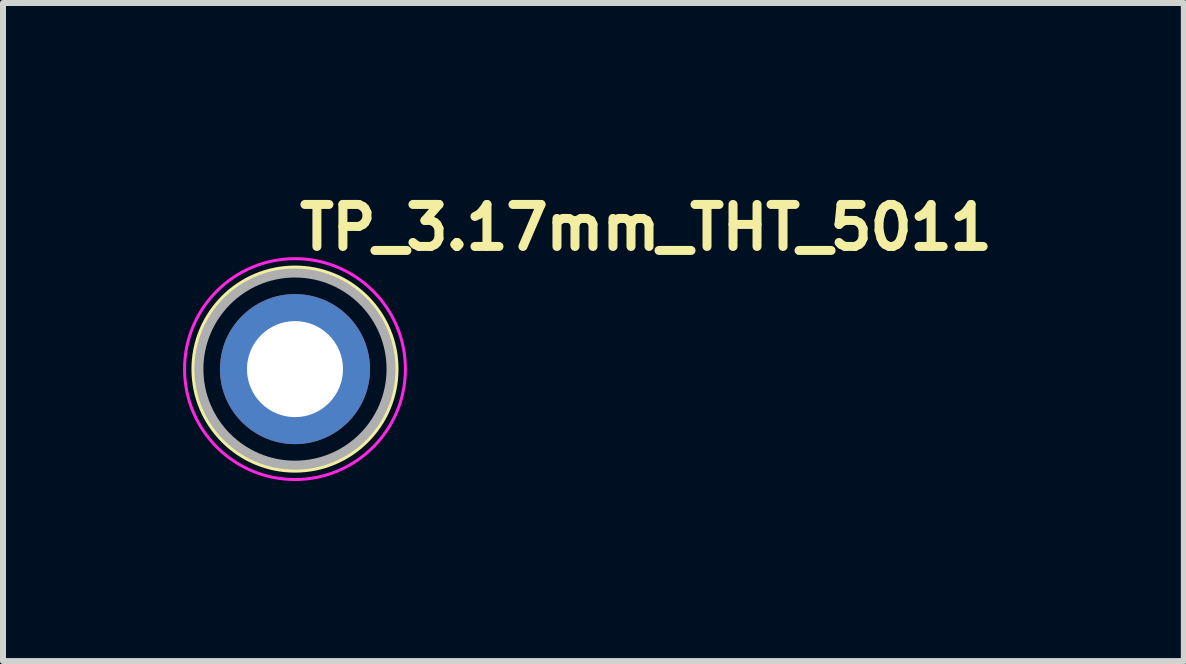
<source format=kicad_pcb>
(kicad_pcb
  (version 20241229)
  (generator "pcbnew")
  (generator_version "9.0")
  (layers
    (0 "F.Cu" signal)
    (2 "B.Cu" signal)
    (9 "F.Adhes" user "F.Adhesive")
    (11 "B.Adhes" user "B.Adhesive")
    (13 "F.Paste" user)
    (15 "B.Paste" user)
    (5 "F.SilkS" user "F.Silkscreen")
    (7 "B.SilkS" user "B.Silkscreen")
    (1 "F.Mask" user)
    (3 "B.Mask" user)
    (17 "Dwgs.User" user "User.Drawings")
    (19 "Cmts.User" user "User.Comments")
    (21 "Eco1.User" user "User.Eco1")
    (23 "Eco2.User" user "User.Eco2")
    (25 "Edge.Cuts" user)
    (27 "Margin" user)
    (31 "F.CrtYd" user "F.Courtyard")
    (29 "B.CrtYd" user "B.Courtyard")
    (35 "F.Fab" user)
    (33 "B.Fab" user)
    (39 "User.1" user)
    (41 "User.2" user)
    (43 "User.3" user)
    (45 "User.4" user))
  (footprint "TP_3.17mm_THT_5011"
    (layer "F.Cu")
    (at 1.865 3.1)
    (property "Reference" "TP_3.17mm_THT_5011" (at 0 -1.95 0) (layer "F.SilkS") (effects (font (size 0.7 0.7) (thickness 0.15)) (justify left bottom)))
    (attr through_hole exclude_from_pos_files)
    (fp_circle (center 0 0) (end 1.65 0) (stroke (width 0.15) (type solid)) (fill no) (layer "F.SilkS"))
    (fp_circle (center 0 0) (end 1.84 0) (stroke (width 0.05) (type solid)) (fill no) (layer "F.CrtYd"))
    (fp_circle (center 0 0) (end 1.6 -0.05) (stroke (width 0.15) (type solid)) (fill no) (layer "F.Fab"))
    (fp_rect (start -1.587 -1.587) (end 1.587 1.587) (stroke (width 0.1) (type solid)) (fill no) (layer "User.5"))
    (fp_line (start -1.587 0) (end -1.584 0.102) (stroke (width 0.02) (type solid)) (layer "User.9"))
    (fp_line (start -1.584 -0.102) (end -1.587 0) (stroke (width 0.02) (type solid)) (layer "User.9"))
    (fp_line (start -1.584 0.102) (end -1.574 0.205) (stroke (width 0.02) (type solid)) (layer "User.9"))
    (fp_line (start -1.574 -0.205) (end -1.584 -0.102) (stroke (width 0.02) (type solid)) (layer "User.9"))
    (fp_line (start -1.574 0.205) (end -1.557 0.306) (stroke (width 0.02) (type solid)) (layer "User.9"))
    (fp_line (start -1.557 -0.306) (end -1.574 -0.205) (stroke (width 0.02) (type solid)) (layer "User.9"))
    (fp_line (start -1.557 0.306) (end -1.534 0.407) (stroke (width 0.02) (type solid)) (layer "User.9"))
    (fp_line (start -1.534 -0.407) (end -1.557 -0.306) (stroke (width 0.02) (type solid)) (layer "User.9"))
    (fp_line (start -1.534 0.407) (end -1.504 0.506) (stroke (width 0.02) (type solid)) (layer "User.9"))
    (fp_line (start -1.504 -0.506) (end -1.534 -0.407) (stroke (width 0.02) (type solid)) (layer "User.9"))
    (fp_line (start -1.504 0.506) (end -1.467 0.604) (stroke (width 0.02) (type solid)) (layer "User.9"))
    (fp_line (start -1.467 -0.604) (end -1.504 -0.506) (stroke (width 0.02) (type solid)) (layer "User.9"))
    (fp_line (start -1.467 0.604) (end -1.424 0.7) (stroke (width 0.02) (type solid)) (layer "User.9"))
    (fp_line (start -1.424 -0.7) (end -1.467 -0.604) (stroke (width 0.02) (type solid)) (layer "User.9"))
    (fp_line (start -1.424 0.7) (end -1.374 0.793) (stroke (width 0.02) (type solid)) (layer "User.9"))
    (fp_line (start -1.374 -0.793) (end -1.424 -0.7) (stroke (width 0.02) (type solid)) (layer "User.9"))
    (fp_line (start -1.374 -0.793) (end -1.374 -0.793) (stroke (width 0.02) (type solid)) (layer "User.9"))
    (fp_line (start -1.374 0.793) (end -1.374 0.793) (stroke (width 0.02) (type solid)) (layer "User.9"))
    (fp_line (start -1.374 0.793) (end -1.347 0.839) (stroke (width 0.02) (type solid)) (layer "User.9"))
    (fp_line (start -1.347 0.839) (end -1.318 0.883) (stroke (width 0.02) (type solid)) (layer "User.9"))
    (fp_line (start -1.318 -0.883) (end -1.374 -0.793) (stroke (width 0.02) (type solid)) (layer "User.9"))
    (fp_line (start -1.318 0.883) (end -1.288 0.926) (stroke (width 0.02) (type solid)) (layer "User.9"))
    (fp_line (start -1.288 0.926) (end -1.257 0.968) (stroke (width 0.02) (type solid)) (layer "User.9"))
    (fp_line (start -1.269 -0.406) (end -1.269 0.406) (stroke (width 0.02) (type solid)) (layer "User.9"))
    (fp_line (start -1.269 -0.406) (end -1.238 -0.406) (stroke (width 0.02) (type solid)) (layer "User.9"))
    (fp_line (start -1.269 0.406) (end -1.238 0.406) (stroke (width 0.02) (type solid)) (layer "User.9"))
    (fp_line (start -1.257 -0.968) (end -1.318 -0.883) (stroke (width 0.02) (type solid)) (layer "User.9"))
    (fp_line (start -1.257 0.968) (end -1.225 1.009) (stroke (width 0.02) (type solid)) (layer "User.9"))
    (fp_line (start -1.238 -0.406) (end -1.238 -0.406) (stroke (width 0.02) (type solid)) (layer "User.9"))
    (fp_line (start -1.238 -0.406) (end -1.144 -0.406) (stroke (width 0.02) (type solid)) (layer "User.9"))
    (fp_line (start -1.238 0.406) (end -1.238 0.406) (stroke (width 0.02) (type solid)) (layer "User.9"))
    (fp_line (start -1.238 0.406) (end -1.144 0.406) (stroke (width 0.02) (type solid)) (layer "User.9"))
    (fp_line (start -1.225 1.009) (end -1.191 1.049) (stroke (width 0.02) (type solid)) (layer "User.9"))
    (fp_line (start -1.191 -1.049) (end -1.257 -0.968) (stroke (width 0.02) (type solid)) (layer "User.9"))
    (fp_line (start -1.191 1.049) (end -1.156 1.087) (stroke (width 0.02) (type solid)) (layer "User.9"))
    (fp_line (start -1.156 1.087) (end -1.12 1.124) (stroke (width 0.02) (type solid)) (layer "User.9"))
    (fp_line (start -1.144 -0.406) (end -1.144 -0.406) (stroke (width 0.02) (type solid)) (layer "User.9"))
    (fp_line (start -1.144 -0.406) (end -0.992 -0.406) (stroke (width 0.02) (type solid)) (layer "User.9"))
    (fp_line (start -1.144 0.406) (end -1.144 0.406) (stroke (width 0.02) (type solid)) (layer "User.9"))
    (fp_line (start -1.144 0.406) (end -0.992 0.406) (stroke (width 0.02) (type solid)) (layer "User.9"))
    (fp_line (start -1.12 -1.124) (end -1.191 -1.049) (stroke (width 0.02) (type solid)) (layer "User.9"))
    (fp_line (start -1.12 1.124) (end -1.082 1.16) (stroke (width 0.02) (type solid)) (layer "User.9"))
    (fp_line (start -1.082 1.16) (end -1.044 1.195) (stroke (width 0.02) (type solid)) (layer "User.9"))
    (fp_line (start -1.044 -1.195) (end -1.12 -1.124) (stroke (width 0.02) (type solid)) (layer "User.9"))
    (fp_line (start -1.044 1.195) (end -1.005 1.228) (stroke (width 0.02) (type solid)) (layer "User.9"))
    (fp_line (start -1.005 1.228) (end -0.964 1.26) (stroke (width 0.02) (type solid)) (layer "User.9"))
    (fp_line (start -0.992 -0.406) (end -0.992 -0.406) (stroke (width 0.02) (type solid)) (layer "User.9"))
    (fp_line (start -0.992 -0.406) (end -0.791 -0.406) (stroke (width 0.02) (type solid)) (layer "User.9"))
    (fp_line (start -0.992 0.406) (end -0.992 0.406) (stroke (width 0.02) (type solid)) (layer "User.9"))
    (fp_line (start -0.992 0.406) (end -0.791 0.406) (stroke (width 0.02) (type solid)) (layer "User.9"))
    (fp_line (start -0.964 -1.26) (end -1.044 -1.195) (stroke (width 0.02) (type solid)) (layer "User.9"))
    (fp_line (start -0.964 1.26) (end -0.923 1.291) (stroke (width 0.02) (type solid)) (layer "User.9"))
    (fp_line (start -0.923 1.291) (end -0.881 1.32) (stroke (width 0.02) (type solid)) (layer "User.9"))
    (fp_line (start -0.881 -1.32) (end -0.964 -1.26) (stroke (width 0.02) (type solid)) (layer "User.9"))
    (fp_line (start -0.881 1.32) (end -0.837 1.348) (stroke (width 0.02) (type solid)) (layer "User.9"))
    (fp_line (start -0.837 1.348) (end -0.793 1.374) (stroke (width 0.02) (type solid)) (layer "User.9"))
    (fp_line (start -0.793 -1.374) (end -0.881 -1.32) (stroke (width 0.02) (type solid)) (layer "User.9"))
    (fp_line (start -0.793 1.374) (end -0.748 1.399) (stroke (width 0.02) (type solid)) (layer "User.9"))
    (fp_line (start -0.791 -0.406) (end -0.791 -0.406) (stroke (width 0.02) (type solid)) (layer "User.9"))
    (fp_line (start -0.791 -0.406) (end -0.551 -0.406) (stroke (width 0.02) (type solid)) (layer "User.9"))
    (fp_line (start -0.791 0.406) (end -0.791 0.406) (stroke (width 0.02) (type solid)) (layer "User.9"))
    (fp_line (start -0.791 0.406) (end -0.551 0.406) (stroke (width 0.02) (type solid)) (layer "User.9"))
    (fp_line (start -0.748 1.399) (end -0.703 1.423) (stroke (width 0.02) (type solid)) (layer "User.9"))
    (fp_line (start -0.703 -1.423) (end -0.793 -1.374) (stroke (width 0.02) (type solid)) (layer "User.9"))
    (fp_line (start -0.703 1.423) (end -0.656 1.445) (stroke (width 0.02) (type solid)) (layer "User.9"))
    (fp_line (start -0.656 1.445) (end -0.609 1.465) (stroke (width 0.02) (type solid)) (layer "User.9"))
    (fp_line (start -0.609 -1.465) (end -0.703 -1.423) (stroke (width 0.02) (type solid)) (layer "User.9"))
    (fp_line (start -0.609 1.465) (end -0.561 1.484) (stroke (width 0.02) (type solid)) (layer "User.9"))
    (fp_line (start -0.561 1.484) (end -0.513 1.502) (stroke (width 0.02) (type solid)) (layer "User.9"))
    (fp_line (start -0.551 -0.406) (end -0.551 -0.406) (stroke (width 0.02) (type solid)) (layer "User.9"))
    (fp_line (start -0.551 -0.406) (end -0.282 -0.406) (stroke (width 0.02) (type solid)) (layer "User.9"))
    (fp_line (start -0.551 0.406) (end -0.551 0.406) (stroke (width 0.02) (type solid)) (layer "User.9"))
    (fp_line (start -0.551 0.406) (end -0.282 0.406) (stroke (width 0.02) (type solid)) (layer "User.9"))
    (fp_line (start -0.513 -1.502) (end -0.609 -1.465) (stroke (width 0.02) (type solid)) (layer "User.9"))
    (fp_line (start -0.513 1.502) (end -0.463 1.518) (stroke (width 0.02) (type solid)) (layer "User.9"))
    (fp_line (start -0.463 1.518) (end -0.414 1.532) (stroke (width 0.02) (type solid)) (layer "User.9"))
    (fp_line (start -0.414 -1.532) (end -0.513 -1.502) (stroke (width 0.02) (type solid)) (layer "User.9"))
    (fp_line (start -0.414 1.532) (end -0.363 1.545) (stroke (width 0.02) (type solid)) (layer "User.9"))
    (fp_line (start -0.363 1.545) (end -0.313 1.556) (stroke (width 0.02) (type solid)) (layer "User.9"))
    (fp_line (start -0.313 -1.556) (end -0.414 -1.532) (stroke (width 0.02) (type solid)) (layer "User.9"))
    (fp_line (start -0.313 1.556) (end -0.261 1.565) (stroke (width 0.02) (type solid)) (layer "User.9"))
    (fp_line (start -0.282 -0.406) (end -0.282 -0.406) (stroke (width 0.02) (type solid)) (layer "User.9"))
    (fp_line (start -0.282 -0.406) (end 0 -0.406) (stroke (width 0.02) (type solid)) (layer "User.9"))
    (fp_line (start -0.282 0.406) (end -0.282 0.406) (stroke (width 0.02) (type solid)) (layer "User.9"))
    (fp_line (start -0.282 0.406) (end 0 0.406) (stroke (width 0.02) (type solid)) (layer "User.9"))
    (fp_line (start -0.261 1.565) (end -0.21 1.573) (stroke (width 0.02) (type solid)) (layer "User.9"))
    (fp_line (start -0.21 -1.573) (end -0.313 -1.556) (stroke (width 0.02) (type solid)) (layer "User.9"))
    (fp_line (start -0.21 1.573) (end -0.158 1.579) (stroke (width 0.02) (type solid)) (layer "User.9"))
    (fp_line (start -0.158 1.579) (end -0.105 1.583) (stroke (width 0.02) (type solid)) (layer "User.9"))
    (fp_line (start -0.105 -1.583) (end -0.21 -1.573) (stroke (width 0.02) (type solid)) (layer "User.9"))
    (fp_line (start -0.105 1.583) (end -0.053 1.586) (stroke (width 0.02) (type solid)) (layer "User.9"))
    (fp_line (start -0.053 1.586) (end 0 1.587) (stroke (width 0.02) (type solid)) (layer "User.9"))
    (fp_line (start 0 -1.587) (end -0.105 -1.583) (stroke (width 0.02) (type solid)) (layer "User.9"))
    (fp_line (start 0 -0.406) (end 0 -0.406) (stroke (width 0.02) (type solid)) (layer "User.9"))
    (fp_line (start 0 -0.406) (end 0.282 -0.406) (stroke (width 0.02) (type solid)) (layer "User.9"))
    (fp_line (start 0 0.406) (end 0 0.406) (stroke (width 0.02) (type solid)) (layer "User.9"))
    (fp_line (start 0 0.406) (end 0.282 0.406) (stroke (width 0.02) (type solid)) (layer "User.9"))
    (fp_line (start 0 1.587) (end 0.105 1.583) (stroke (width 0.02) (type solid)) (layer "User.9"))
    (fp_line (start 0.053 -1.586) (end 0 -1.587) (stroke (width 0.02) (type solid)) (layer "User.9"))
    (fp_line (start 0.105 -1.583) (end 0.053 -1.586) (stroke (width 0.02) (type solid)) (layer "User.9"))
    (fp_line (start 0.105 1.583) (end 0.21 1.573) (stroke (width 0.02) (type solid)) (layer "User.9"))
    (fp_line (start 0.158 -1.579) (end 0.105 -1.583) (stroke (width 0.02) (type solid)) (layer "User.9"))
    (fp_line (start 0.21 -1.573) (end 0.158 -1.579) (stroke (width 0.02) (type solid)) (layer "User.9"))
    (fp_line (start 0.21 1.573) (end 0.313 1.556) (stroke (width 0.02) (type solid)) (layer "User.9"))
    (fp_line (start 0.261 -1.565) (end 0.21 -1.573) (stroke (width 0.02) (type solid)) (layer "User.9"))
    (fp_line (start 0.282 -0.406) (end 0.282 -0.406) (stroke (width 0.02) (type solid)) (layer "User.9"))
    (fp_line (start 0.282 -0.406) (end 0.551 -0.406) (stroke (width 0.02) (type solid)) (layer "User.9"))
    (fp_line (start 0.282 0.406) (end 0.282 0.406) (stroke (width 0.02) (type solid)) (layer "User.9"))
    (fp_line (start 0.282 0.406) (end 0.551 0.406) (stroke (width 0.02) (type solid)) (layer "User.9"))
    (fp_line (start 0.313 -1.556) (end 0.261 -1.565) (stroke (width 0.02) (type solid)) (layer "User.9"))
    (fp_line (start 0.313 1.556) (end 0.414 1.532) (stroke (width 0.02) (type solid)) (layer "User.9"))
    (fp_line (start 0.363 -1.545) (end 0.313 -1.556) (stroke (width 0.02) (type solid)) (layer "User.9"))
    (fp_line (start 0.414 -1.532) (end 0.363 -1.545) (stroke (width 0.02) (type solid)) (layer "User.9"))
    (fp_line (start 0.414 1.532) (end 0.513 1.502) (stroke (width 0.02) (type solid)) (layer "User.9"))
    (fp_line (start 0.463 -1.518) (end 0.414 -1.532) (stroke (width 0.02) (type solid)) (layer "User.9"))
    (fp_line (start 0.513 -1.502) (end 0.463 -1.518) (stroke (width 0.02) (type solid)) (layer "User.9"))
    (fp_line (start 0.513 1.502) (end 0.609 1.465) (stroke (width 0.02) (type solid)) (layer "User.9"))
    (fp_line (start 0.551 -0.406) (end 0.551 -0.406) (stroke (width 0.02) (type solid)) (layer "User.9"))
    (fp_line (start 0.551 -0.406) (end 0.791 -0.406) (stroke (width 0.02) (type solid)) (layer "User.9"))
    (fp_line (start 0.551 0.406) (end 0.551 0.406) (stroke (width 0.02) (type solid)) (layer "User.9"))
    (fp_line (start 0.551 0.406) (end 0.791 0.406) (stroke (width 0.02) (type solid)) (layer "User.9"))
    (fp_line (start 0.561 -1.484) (end 0.513 -1.502) (stroke (width 0.02) (type solid)) (layer "User.9"))
    (fp_line (start 0.609 -1.465) (end 0.561 -1.484) (stroke (width 0.02) (type solid)) (layer "User.9"))
    (fp_line (start 0.609 1.465) (end 0.703 1.423) (stroke (width 0.02) (type solid)) (layer "User.9"))
    (fp_line (start 0.656 -1.445) (end 0.609 -1.465) (stroke (width 0.02) (type solid)) (layer "User.9"))
    (fp_line (start 0.703 -1.423) (end 0.656 -1.445) (stroke (width 0.02) (type solid)) (layer "User.9"))
    (fp_line (start 0.703 1.423) (end 0.793 1.374) (stroke (width 0.02) (type solid)) (layer "User.9"))
    (fp_line (start 0.748 -1.399) (end 0.703 -1.423) (stroke (width 0.02) (type solid)) (layer "User.9"))
    (fp_line (start 0.791 -0.406) (end 0.791 -0.406) (stroke (width 0.02) (type solid)) (layer "User.9"))
    (fp_line (start 0.791 -0.406) (end 0.992 -0.406) (stroke (width 0.02) (type solid)) (layer "User.9"))
    (fp_line (start 0.791 0.406) (end 0.791 0.406) (stroke (width 0.02) (type solid)) (layer "User.9"))
    (fp_line (start 0.791 0.406) (end 0.992 0.406) (stroke (width 0.02) (type solid)) (layer "User.9"))
    (fp_line (start 0.793 -1.374) (end 0.748 -1.399) (stroke (width 0.02) (type solid)) (layer "User.9"))
    (fp_line (start 0.793 1.374) (end 0.881 1.32) (stroke (width 0.02) (type solid)) (layer "User.9"))
    (fp_line (start 0.837 -1.348) (end 0.793 -1.374) (stroke (width 0.02) (type solid)) (layer "User.9"))
    (fp_line (start 0.881 -1.32) (end 0.837 -1.348) (stroke (width 0.02) (type solid)) (layer "User.9"))
    (fp_line (start 0.881 1.32) (end 0.964 1.26) (stroke (width 0.02) (type solid)) (layer "User.9"))
    (fp_line (start 0.923 -1.291) (end 0.881 -1.32) (stroke (width 0.02) (type solid)) (layer "User.9"))
    (fp_line (start 0.964 -1.26) (end 0.923 -1.291) (stroke (width 0.02) (type solid)) (layer "User.9"))
    (fp_line (start 0.964 1.26) (end 1.044 1.195) (stroke (width 0.02) (type solid)) (layer "User.9"))
    (fp_line (start 0.992 -0.406) (end 0.992 -0.406) (stroke (width 0.02) (type solid)) (layer "User.9"))
    (fp_line (start 0.992 -0.406) (end 1.144 -0.406) (stroke (width 0.02) (type solid)) (layer "User.9"))
    (fp_line (start 0.992 0.406) (end 0.992 0.406) (stroke (width 0.02) (type solid)) (layer "User.9"))
    (fp_line (start 0.992 0.406) (end 1.144 0.406) (stroke (width 0.02) (type solid)) (layer "User.9"))
    (fp_line (start 1.005 -1.228) (end 0.964 -1.26) (stroke (width 0.02) (type solid)) (layer "User.9"))
    (fp_line (start 1.044 -1.195) (end 1.005 -1.228) (stroke (width 0.02) (type solid)) (layer "User.9"))
    (fp_line (start 1.044 1.195) (end 1.12 1.124) (stroke (width 0.02) (type solid)) (layer "User.9"))
    (fp_line (start 1.082 -1.16) (end 1.044 -1.195) (stroke (width 0.02) (type solid)) (layer "User.9"))
    (fp_line (start 1.12 -1.124) (end 1.082 -1.16) (stroke (width 0.02) (type solid)) (layer "User.9"))
    (fp_line (start 1.12 1.124) (end 1.191 1.049) (stroke (width 0.02) (type solid)) (layer "User.9"))
    (fp_line (start 1.144 -0.406) (end 1.144 -0.406) (stroke (width 0.02) (type solid)) (layer "User.9"))
    (fp_line (start 1.144 -0.406) (end 1.238 -0.406) (stroke (width 0.02) (type solid)) (layer "User.9"))
    (fp_line (start 1.144 0.406) (end 1.144 0.406) (stroke (width 0.02) (type solid)) (layer "User.9"))
    (fp_line (start 1.144 0.406) (end 1.238 0.406) (stroke (width 0.02) (type solid)) (layer "User.9"))
    (fp_line (start 1.156 -1.087) (end 1.12 -1.124) (stroke (width 0.02) (type solid)) (layer "User.9"))
    (fp_line (start 1.191 -1.049) (end 1.156 -1.087) (stroke (width 0.02) (type solid)) (layer "User.9"))
    (fp_line (start 1.191 1.049) (end 1.257 0.968) (stroke (width 0.02) (type solid)) (layer "User.9"))
    (fp_line (start 1.225 -1.009) (end 1.191 -1.049) (stroke (width 0.02) (type solid)) (layer "User.9"))
    (fp_line (start 1.238 -0.406) (end 1.238 -0.406) (stroke (width 0.02) (type solid)) (layer "User.9"))
    (fp_line (start 1.238 -0.406) (end 1.269 -0.406) (stroke (width 0.02) (type solid)) (layer "User.9"))
    (fp_line (start 1.238 0.406) (end 1.238 0.406) (stroke (width 0.02) (type solid)) (layer "User.9"))
    (fp_line (start 1.238 0.406) (end 1.269 0.406) (stroke (width 0.02) (type solid)) (layer "User.9"))
    (fp_line (start 1.257 -0.968) (end 1.225 -1.009) (stroke (width 0.02) (type solid)) (layer "User.9"))
    (fp_line (start 1.257 0.968) (end 1.318 0.883) (stroke (width 0.02) (type solid)) (layer "User.9"))
    (fp_line (start 1.269 -0.406) (end 1.269 0.406) (stroke (width 0.02) (type solid)) (layer "User.9"))
    (fp_line (start 1.288 -0.926) (end 1.257 -0.968) (stroke (width 0.02) (type solid)) (layer "User.9"))
    (fp_line (start 1.318 -0.883) (end 1.288 -0.926) (stroke (width 0.02) (type solid)) (layer "User.9"))
    (fp_line (start 1.318 0.883) (end 1.374 0.793) (stroke (width 0.02) (type solid)) (layer "User.9"))
    (fp_line (start 1.347 -0.839) (end 1.318 -0.883) (stroke (width 0.02) (type solid)) (layer "User.9"))
    (fp_line (start 1.374 -0.793) (end 1.347 -0.839) (stroke (width 0.02) (type solid)) (layer "User.9"))
    (fp_line (start 1.374 -0.793) (end 1.374 -0.793) (stroke (width 0.02) (type solid)) (layer "User.9"))
    (fp_line (start 1.374 0.793) (end 1.374 0.793) (stroke (width 0.02) (type solid)) (layer "User.9"))
    (fp_line (start 1.374 0.793) (end 1.424 0.7) (stroke (width 0.02) (type solid)) (layer "User.9"))
    (fp_line (start 1.424 -0.7) (end 1.374 -0.793) (stroke (width 0.02) (type solid)) (layer "User.9"))
    (fp_line (start 1.424 0.7) (end 1.467 0.604) (stroke (width 0.02) (type solid)) (layer "User.9"))
    (fp_line (start 1.467 -0.604) (end 1.424 -0.7) (stroke (width 0.02) (type solid)) (layer "User.9"))
    (fp_line (start 1.467 0.604) (end 1.504 0.506) (stroke (width 0.02) (type solid)) (layer "User.9"))
    (fp_line (start 1.504 -0.506) (end 1.467 -0.604) (stroke (width 0.02) (type solid)) (layer "User.9"))
    (fp_line (start 1.504 0.506) (end 1.534 0.407) (stroke (width 0.02) (type solid)) (layer "User.9"))
    (fp_line (start 1.534 -0.407) (end 1.504 -0.506) (stroke (width 0.02) (type solid)) (layer "User.9"))
    (fp_line (start 1.534 0.407) (end 1.557 0.306) (stroke (width 0.02) (type solid)) (layer "User.9"))
    (fp_line (start 1.557 -0.306) (end 1.534 -0.407) (stroke (width 0.02) (type solid)) (layer "User.9"))
    (fp_line (start 1.557 0.306) (end 1.574 0.205) (stroke (width 0.02) (type solid)) (layer "User.9"))
    (fp_line (start 1.574 -0.205) (end 1.557 -0.306) (stroke (width 0.02) (type solid)) (layer "User.9"))
    (fp_line (start 1.574 0.205) (end 1.584 0.102) (stroke (width 0.02) (type solid)) (layer "User.9"))
    (fp_line (start 1.584 -0.102) (end 1.574 -0.205) (stroke (width 0.02) (type solid)) (layer "User.9"))
    (fp_line (start 1.584 0.102) (end 1.587 0) (stroke (width 0.02) (type solid)) (layer "User.9"))
    (fp_line (start 1.587 0) (end 1.584 -0.102) (stroke (width 0.02) (type solid)) (layer "User.9"))
    (pad "1" thru_hole circle (at 0 0) (size 2.5 2.5) (drill 1.6) (layers "*.Cu" "*.Mask")))
  (gr_rect
    (start -3 -3)
    (end 16.675 7.965)
    (stroke (width 0.1) (type default))
    (fill no)
    (layer "Edge.Cuts")))
</source>
